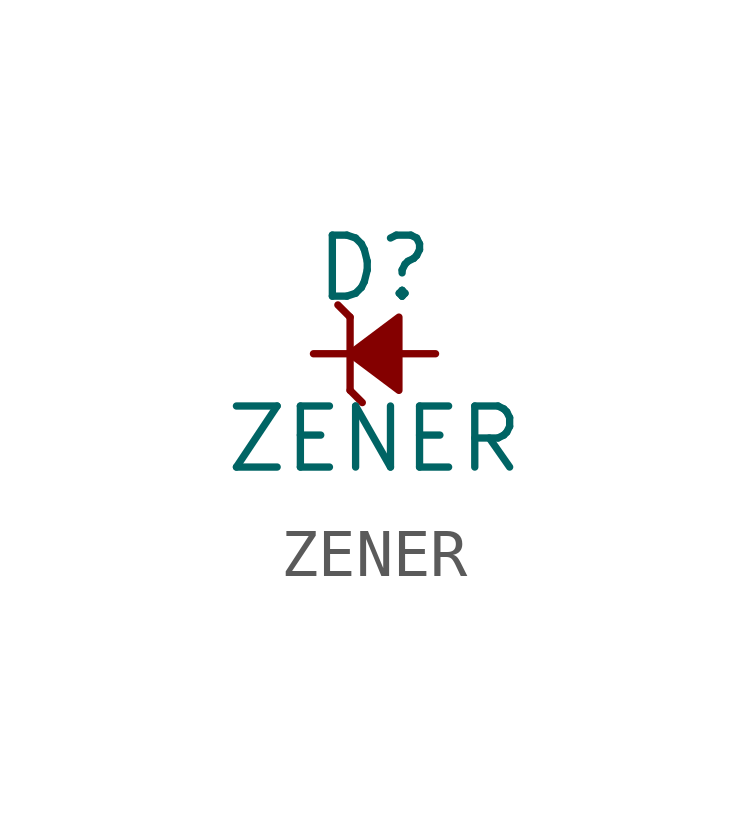
<source format=kicad_sym>
(kicad_symbol_lib
  (version 20211014)
  (generator kicad_symbol_editor)
  (symbol "ZENER"
    (pin_numbers hide)
    (pin_names
      (offset 1.016) hide)
    (property "Reference" "D"
      (at 1.27 1.778 0)
      (effects (font (size 1.27 1.27))))
    (property "Value" "ZENER"
      (at 1.27 -1.778 0)
      (effects (font (size 1.27 1.27))))
    (symbol "ZENER_0_1"
      (polyline (pts (xy 0.762 -0.762) (xy 1.016 -1.016)) (stroke (width 0) (type default) (color 0 0 0 0)) (fill (type none)))
      (polyline (pts (xy 0.762 0.762) (xy 0.508 1.016)) (stroke (width 0) (type default) (color 0 0 0 0)) (fill (type none)))
      (polyline (pts (xy 0.762 0.762) (xy 0.762 -0.762)) (stroke (width 0) (type default) (color 0 0 0 0)) (fill (type none)))
      (polyline (pts (xy 1.778 0.762) (xy 0.762 0) (xy 1.778 -0.762) (xy 1.778 0.762)) (stroke (width 0) (type default) (color 0 0 0 0)) (fill (type outline))))
    (symbol "ZENER_1_1"
      (pin passive line (at 0 0 0) (length 0.762) (name "~" (effects (font (size 1.27 1.27)))) (number "1" (effects (font (size 1.27 1.27)))))
      (pin passive line (at 2.54 0 180) (length 0.762) (name "~" (effects (font (size 1.27 1.27)))) (number "2" (effects (font (size 1.27 1.27))))))))
</source>
